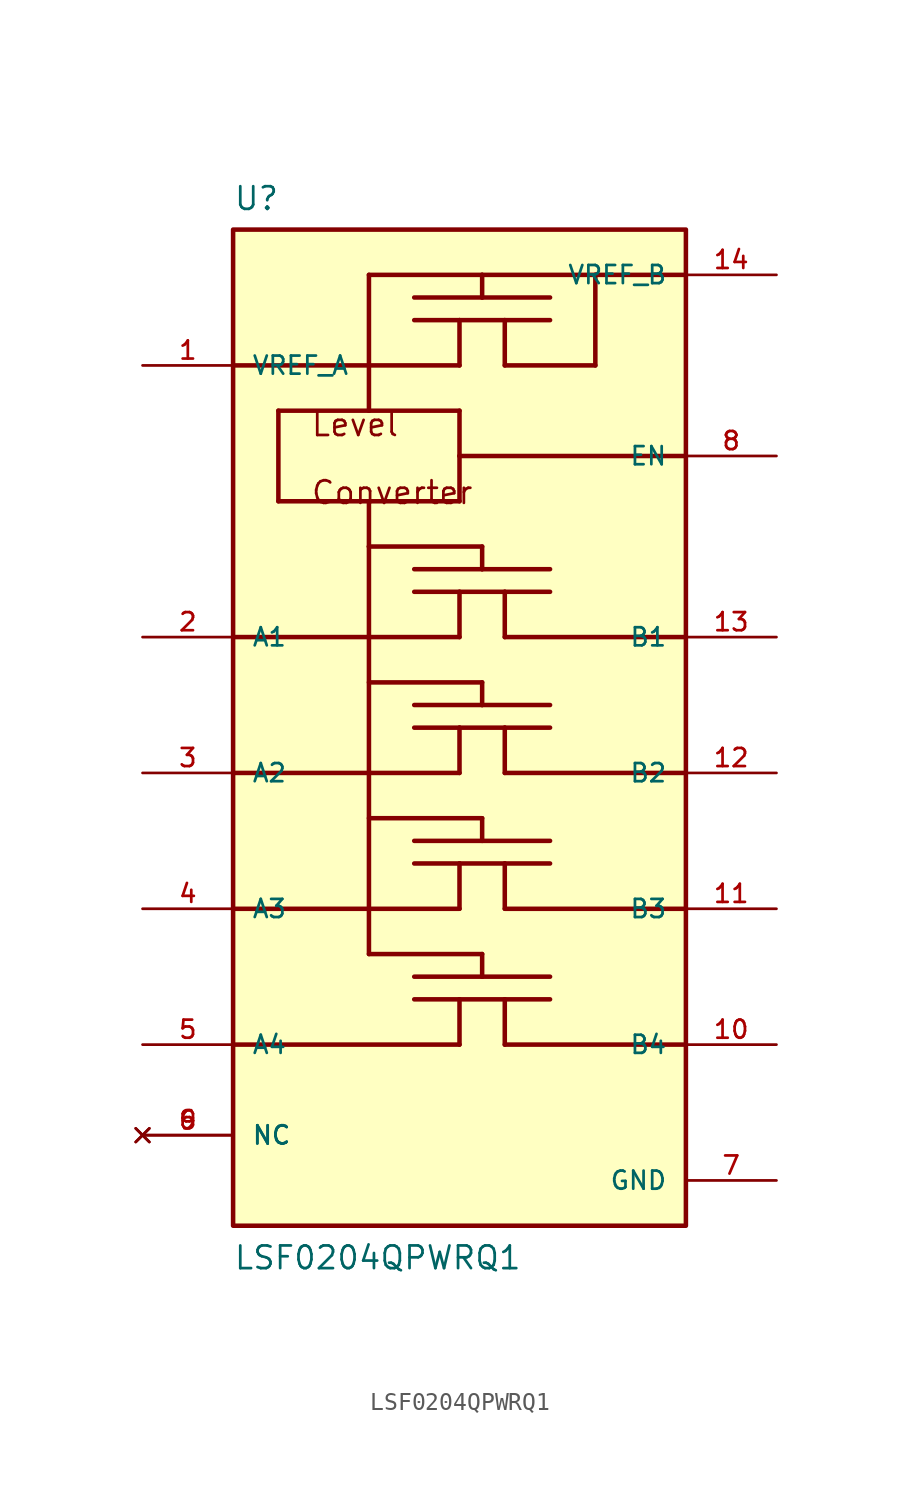
<source format=kicad_sym>
(kicad_symbol_lib
  (version 20211014)
  (generator kicad_symbol_editor)
  (symbol "LSF0204QPWRQ1"
    (pin_names
      (offset 1.016))
    (property "Reference" "U"
      (at -12.7 28.94 0.0)
      (effects (font (size 1.27 1.27)) (justify bottom left)))
    (property "Value" "LSF0204QPWRQ1"
      (at -12.7 -30.48 0.0)
      (effects (font (size 1.27 1.27)) (justify bottom left)))
    (symbol "LSF0204QPWRQ1_0_0"
      (polyline (pts (xy -12.7 20.32) (xy -5.08 20.32)) (stroke (width 0.254)))
      (polyline (pts (xy -5.08 20.32) (xy -5.08 25.4)) (stroke (width 0.254)))
      (polyline (pts (xy -5.08 25.4) (xy 1.27 25.4)) (stroke (width 0.254)))
      (polyline (pts (xy 1.27 25.4) (xy 7.62 25.4)) (stroke (width 0.254)))
      (polyline (pts (xy 7.62 25.4) (xy 12.7 25.4)) (stroke (width 0.254)))
      (polyline (pts (xy 7.62 25.4) (xy 7.62 20.32)) (stroke (width 0.254)))
      (polyline (pts (xy 7.62 20.32) (xy 2.54 20.32)) (stroke (width 0.254)))
      (polyline (pts (xy 2.54 20.32) (xy 2.54 22.86)) (stroke (width 0.254)))
      (polyline (pts (xy 2.54 22.86) (xy 0.0 22.86)) (stroke (width 0.254)))
      (polyline (pts (xy 0.0 22.86) (xy -2.54 22.86)) (stroke (width 0.254)))
      (polyline (pts (xy 2.54 22.86) (xy 5.08 22.86)) (stroke (width 0.254)))
      (polyline (pts (xy 0.0 22.86) (xy 0.0 20.32)) (stroke (width 0.254)))
      (polyline (pts (xy 0.0 20.32) (xy -5.08 20.32)) (stroke (width 0.254)))
      (polyline (pts (xy 1.27 24.13) (xy -2.54 24.13)) (stroke (width 0.254)))
      (polyline (pts (xy 1.27 24.13) (xy 5.08 24.13)) (stroke (width 0.254)))
      (polyline (pts (xy 1.27 25.4) (xy 1.27 24.13)) (stroke (width 0.254)))
      (polyline (pts (xy -5.08 20.32) (xy -5.08 17.78)) (stroke (width 0.254)))
      (polyline (pts (xy -5.08 17.78) (xy 0.0 17.78)) (stroke (width 0.254)))
      (polyline (pts (xy -5.08 17.78) (xy -10.16 17.78)) (stroke (width 0.254)))
      (polyline (pts (xy -10.16 17.78) (xy -10.16 12.7)) (stroke (width 0.254)))
      (polyline (pts (xy -10.16 12.7) (xy -5.08 12.7)) (stroke (width 0.254)))
      (polyline (pts (xy -5.08 12.7) (xy 0.0 12.7)) (stroke (width 0.254)))
      (polyline (pts (xy 0.0 12.7) (xy 0.0 15.24)) (stroke (width 0.254)))
      (polyline (pts (xy 0.0 15.24) (xy 0.0 17.78)) (stroke (width 0.254)))
      (polyline (pts (xy 0.0 15.24) (xy 12.7 15.24)) (stroke (width 0.254)))
      (polyline (pts (xy -12.7 5.08) (xy 0.0 5.08)) (stroke (width 0.254)))
      (polyline (pts (xy -5.08 10.16) (xy 1.27 10.16)) (stroke (width 0.254)))
      (polyline (pts (xy 2.54 5.08) (xy 2.54 7.62)) (stroke (width 0.254)))
      (polyline (pts (xy 2.54 7.62) (xy 0.0 7.62)) (stroke (width 0.254)))
      (polyline (pts (xy 0.0 7.62) (xy -2.54 7.62)) (stroke (width 0.254)))
      (polyline (pts (xy 2.54 7.62) (xy 5.08 7.62)) (stroke (width 0.254)))
      (polyline (pts (xy 0.0 7.62) (xy 0.0 5.08)) (stroke (width 0.254)))
      (polyline (pts (xy 1.27 8.89) (xy -2.54 8.89)) (stroke (width 0.254)))
      (polyline (pts (xy 1.27 8.89) (xy 5.08 8.89)) (stroke (width 0.254)))
      (polyline (pts (xy 1.27 10.16) (xy 1.27 8.89)) (stroke (width 0.254)))
      (polyline (pts (xy -5.08 12.7) (xy -5.08 10.16)) (stroke (width 0.254)))
      (polyline (pts (xy 2.54 5.08) (xy 12.7 5.08)) (stroke (width 0.254)))
      (polyline (pts (xy -5.08 10.16) (xy -5.08 -10.16)) (stroke (width 0.254)))
      (polyline (pts (xy -12.7 -2.54) (xy 0.0 -2.54)) (stroke (width 0.254)))
      (polyline (pts (xy -5.08 2.54) (xy 1.27 2.54)) (stroke (width 0.254)))
      (polyline (pts (xy 2.54 -2.54) (xy 2.54 0.0)) (stroke (width 0.254)))
      (polyline (pts (xy 2.54 0.0) (xy 0.0 0.0)) (stroke (width 0.254)))
      (polyline (pts (xy 0.0 0.0) (xy -2.54 0.0)) (stroke (width 0.254)))
      (polyline (pts (xy 2.54 0.0) (xy 5.08 0.0)) (stroke (width 0.254)))
      (polyline (pts (xy 0.0 0.0) (xy 0.0 -2.54)) (stroke (width 0.254)))
      (polyline (pts (xy 1.27 1.27) (xy -2.54 1.27)) (stroke (width 0.254)))
      (polyline (pts (xy 1.27 1.27) (xy 5.08 1.27)) (stroke (width 0.254)))
      (polyline (pts (xy 1.27 2.54) (xy 1.27 1.27)) (stroke (width 0.254)))
      (polyline (pts (xy 2.54 -2.54) (xy 12.7 -2.54)) (stroke (width 0.254)))
      (polyline (pts (xy -12.7 -10.16) (xy -5.08 -10.16)) (stroke (width 0.254)))
      (polyline (pts (xy -5.08 -10.16) (xy 0.0 -10.16)) (stroke (width 0.254)))
      (polyline (pts (xy -5.08 -5.08) (xy 1.27 -5.08)) (stroke (width 0.254)))
      (polyline (pts (xy 2.54 -10.16) (xy 2.54 -7.62)) (stroke (width 0.254)))
      (polyline (pts (xy 2.54 -7.62) (xy 0.0 -7.62)) (stroke (width 0.254)))
      (polyline (pts (xy 0.0 -7.62) (xy -2.54 -7.62)) (stroke (width 0.254)))
      (polyline (pts (xy 2.54 -7.62) (xy 5.08 -7.62)) (stroke (width 0.254)))
      (polyline (pts (xy 0.0 -7.62) (xy 0.0 -10.16)) (stroke (width 0.254)))
      (polyline (pts (xy 1.27 -6.35) (xy -2.54 -6.35)) (stroke (width 0.254)))
      (polyline (pts (xy 1.27 -6.35) (xy 5.08 -6.35)) (stroke (width 0.254)))
      (polyline (pts (xy 1.27 -5.08) (xy 1.27 -6.35)) (stroke (width 0.254)))
      (polyline (pts (xy 2.54 -10.16) (xy 12.7 -10.16)) (stroke (width 0.254)))
      (polyline (pts (xy -12.7 -17.78) (xy 0.0 -17.78)) (stroke (width 0.254)))
      (polyline (pts (xy -5.08 -12.7) (xy 1.27 -12.7)) (stroke (width 0.254)))
      (polyline (pts (xy 2.54 -17.78) (xy 2.54 -15.24)) (stroke (width 0.254)))
      (polyline (pts (xy 2.54 -15.24) (xy 0.0 -15.24)) (stroke (width 0.254)))
      (polyline (pts (xy 0.0 -15.24) (xy -2.54 -15.24)) (stroke (width 0.254)))
      (polyline (pts (xy 2.54 -15.24) (xy 5.08 -15.24)) (stroke (width 0.254)))
      (polyline (pts (xy 0.0 -15.24) (xy 0.0 -17.78)) (stroke (width 0.254)))
      (polyline (pts (xy 1.27 -13.97) (xy -2.54 -13.97)) (stroke (width 0.254)))
      (polyline (pts (xy 1.27 -13.97) (xy 5.08 -13.97)) (stroke (width 0.254)))
      (polyline (pts (xy 1.27 -12.7) (xy 1.27 -13.97)) (stroke (width 0.254)))
      (polyline (pts (xy 2.54 -17.78) (xy 12.7 -17.78)) (stroke (width 0.254)))
      (text "Level " (at -8.382 16.256 0) (effects (font (size 1.27 1.27)) (justify bottom left)))
      (text "Converter" (at -8.382 12.446 0) (effects (font (size 1.27 1.27)) (justify bottom left)))
      (polyline (pts (xy -5.08 -12.7) (xy -5.08 -10.16)) (stroke (width 0.254)))
      (rectangle (start -12.7 -27.94) (end 12.7 27.94) (stroke (width 0.254)) (fill (type background)))
      (pin power_in line (at -17.78 20.32 0) (length 5.08) (name "VREF_A" (effects (font (size 1.016 1.016)))) (number "1" (effects (font (size 1.016 1.016)))))
      (pin power_in line (at 17.78 25.4 180.0) (length 5.08) (name "VREF_B" (effects (font (size 1.016 1.016)))) (number "14" (effects (font (size 1.016 1.016)))))
      (pin bidirectional line (at -17.78 5.08 0) (length 5.08) (name "A1" (effects (font (size 1.016 1.016)))) (number "2" (effects (font (size 1.016 1.016)))))
      (pin bidirectional line (at -17.78 -2.54 0) (length 5.08) (name "A2" (effects (font (size 1.016 1.016)))) (number "3" (effects (font (size 1.016 1.016)))))
      (pin bidirectional line (at 17.78 5.08 180.0) (length 5.08) (name "B1" (effects (font (size 1.016 1.016)))) (number "13" (effects (font (size 1.016 1.016)))))
      (pin bidirectional line (at 17.78 -2.54 180.0) (length 5.08) (name "B2" (effects (font (size 1.016 1.016)))) (number "12" (effects (font (size 1.016 1.016)))))
      (pin input line (at 17.78 15.24 180.0) (length 5.08) (name "EN" (effects (font (size 1.016 1.016)))) (number "8" (effects (font (size 1.016 1.016)))))
      (pin bidirectional line (at -17.78 -10.16 0) (length 5.08) (name "A3" (effects (font (size 1.016 1.016)))) (number "4" (effects (font (size 1.016 1.016)))))
      (pin bidirectional line (at -17.78 -17.78 0) (length 5.08) (name "A4" (effects (font (size 1.016 1.016)))) (number "5" (effects (font (size 1.016 1.016)))))
      (pin bidirectional line (at 17.78 -10.16 180.0) (length 5.08) (name "B3" (effects (font (size 1.016 1.016)))) (number "11" (effects (font (size 1.016 1.016)))))
      (pin bidirectional line (at 17.78 -17.78 180.0) (length 5.08) (name "B4" (effects (font (size 1.016 1.016)))) (number "10" (effects (font (size 1.016 1.016)))))
      (pin power_in line (at 17.78 -25.4 180.0) (length 5.08) (name "GND" (effects (font (size 1.016 1.016)))) (number "7" (effects (font (size 1.016 1.016)))))
      (pin no_connect line (at -17.78 -22.86 0) (length 5.08) (name "NC" (effects (font (size 1.016 1.016)))) (number "6" (effects (font (size 1.016 1.016)))))
      (pin no_connect line (at -17.78 -22.86 0) (length 5.08) (name "NC" (effects (font (size 1.016 1.016)))) (number "9" (effects (font (size 1.016 1.016))))))))
</source>
